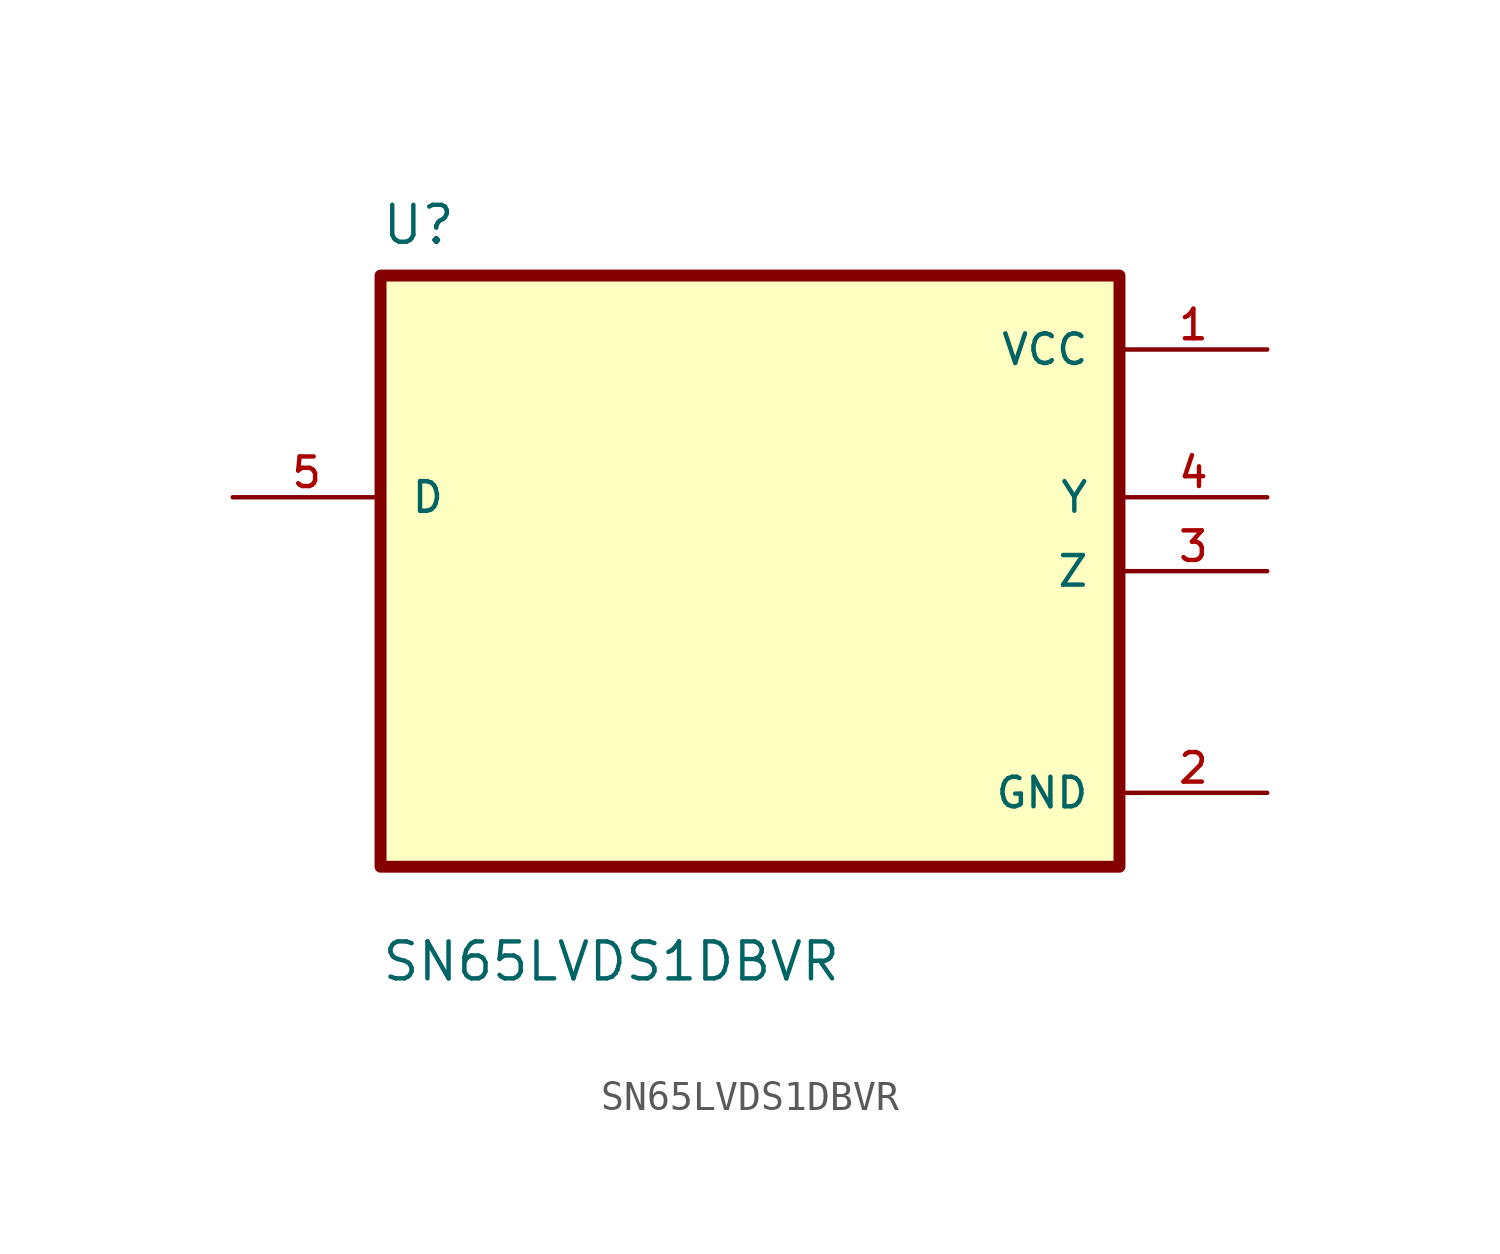
<source format=kicad_sym>
(kicad_symbol_lib
  (version 20211014)
  (generator kicad_symbol_editor)
  (symbol "SN65LVDS1DBVR"
    (pin_names
      (offset 1.016))
    (property "Reference" "U"
      (at -12.7 11.16 0.0)
      (effects (font (size 1.27 1.27)) (justify bottom left)))
    (property "Value" "SN65LVDS1DBVR"
      (at -12.7 -14.16 0.0)
      (effects (font (size 1.27 1.27)) (justify bottom left)))
    (symbol "SN65LVDS1DBVR_0_0"
      (rectangle (start -12.7 -10.16) (end 12.7 10.16) (stroke (width 0.41)) (fill (type background)))
      (pin input line (at -17.78 2.54 0) (length 5.08) (name "D" (effects (font (size 1.016 1.016)))) (number "5" (effects (font (size 1.016 1.016)))))
      (pin power_in line (at 17.78 7.62 180.0) (length 5.08) (name "VCC" (effects (font (size 1.016 1.016)))) (number "1" (effects (font (size 1.016 1.016)))))
      (pin output line (at 17.78 2.54 180.0) (length 5.08) (name "Y" (effects (font (size 1.016 1.016)))) (number "4" (effects (font (size 1.016 1.016)))))
      (pin output line (at 17.78 0.0 180.0) (length 5.08) (name "Z" (effects (font (size 1.016 1.016)))) (number "3" (effects (font (size 1.016 1.016)))))
      (pin power_in line (at 17.78 -7.62 180.0) (length 5.08) (name "GND" (effects (font (size 1.016 1.016)))) (number "2" (effects (font (size 1.016 1.016))))))))
</source>
